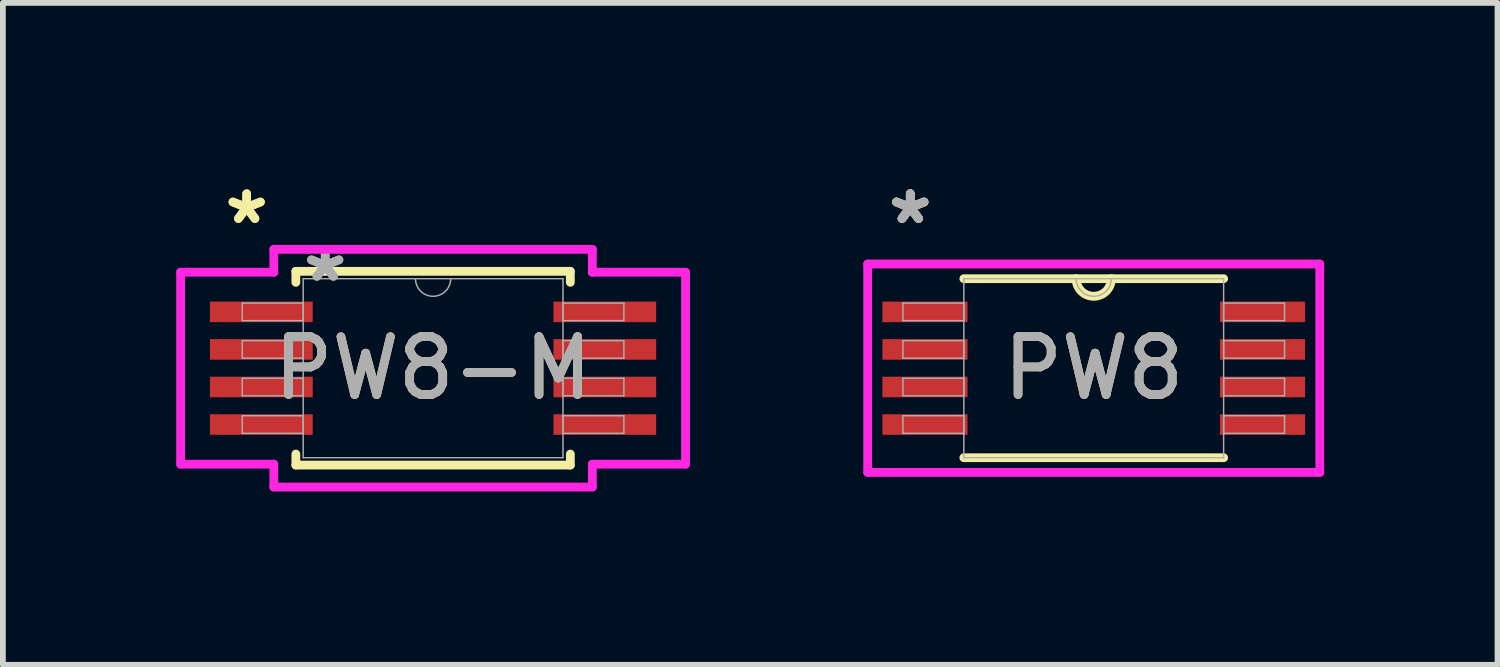
<source format=kicad_pcb>
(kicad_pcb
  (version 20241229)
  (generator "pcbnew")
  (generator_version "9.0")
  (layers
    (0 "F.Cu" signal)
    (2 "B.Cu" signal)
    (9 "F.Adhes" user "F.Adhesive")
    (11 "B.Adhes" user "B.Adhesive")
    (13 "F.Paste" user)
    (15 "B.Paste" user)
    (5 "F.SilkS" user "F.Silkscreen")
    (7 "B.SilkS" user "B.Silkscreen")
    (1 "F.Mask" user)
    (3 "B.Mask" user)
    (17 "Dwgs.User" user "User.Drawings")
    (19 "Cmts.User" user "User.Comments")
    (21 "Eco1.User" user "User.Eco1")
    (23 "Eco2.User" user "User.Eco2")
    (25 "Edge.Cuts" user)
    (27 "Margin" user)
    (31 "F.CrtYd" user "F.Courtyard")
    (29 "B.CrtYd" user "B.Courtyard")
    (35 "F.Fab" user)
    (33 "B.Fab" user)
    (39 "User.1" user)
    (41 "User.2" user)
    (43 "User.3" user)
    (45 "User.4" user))
  (footprint "PW8"
    (layer "F.Cu")
    (at 15.878 3.322)
    (property "Reference" "PW8" (at 0 0 0) (unlocked yes) (layer "F.SilkS") (effects (font (size 1 1) (thickness 0.15))))
    (attr smd)
    (fp_line (start -2.248 1.549) (end 2.248 1.549) (stroke (width 0.152) (type solid)) (layer "F.SilkS"))
    (fp_line (start 2.248 -1.549) (end -2.248 -1.549) (stroke (width 0.152) (type solid)) (layer "F.SilkS"))
    (fp_arc (start 0.3048 -1.5494) (mid 0 -1.2446) (end -0.3048 -1.5494) (stroke (width 0.1524) (type solid)) (layer "F.SilkS"))
    (fp_line (start -3.912 -1.803) (end 3.912 -1.803) (stroke (width 0.152) (type solid)) (layer "F.CrtYd"))
    (fp_line (start -3.912 1.803) (end -3.912 -1.803) (stroke (width 0.152) (type solid)) (layer "F.CrtYd"))
    (fp_line (start 3.912 -1.803) (end 3.912 1.803) (stroke (width 0.152) (type solid)) (layer "F.CrtYd"))
    (fp_line (start 3.912 1.803) (end -3.912 1.803) (stroke (width 0.152) (type solid)) (layer "F.CrtYd"))
    (fp_line (start -3.302 -1.127) (end -3.302 -0.823) (stroke (width 0.025) (type solid)) (layer "F.Fab"))
    (fp_line (start -3.302 -0.823) (end -2.248 -0.823) (stroke (width 0.025) (type solid)) (layer "F.Fab"))
    (fp_line (start -3.302 -0.477) (end -3.302 -0.173) (stroke (width 0.025) (type solid)) (layer "F.Fab"))
    (fp_line (start -3.302 -0.173) (end -2.248 -0.173) (stroke (width 0.025) (type solid)) (layer "F.Fab"))
    (fp_line (start -3.302 0.173) (end -3.302 0.477) (stroke (width 0.025) (type solid)) (layer "F.Fab"))
    (fp_line (start -3.302 0.477) (end -2.248 0.477) (stroke (width 0.025) (type solid)) (layer "F.Fab"))
    (fp_line (start -3.302 0.823) (end -3.302 1.127) (stroke (width 0.025) (type solid)) (layer "F.Fab"))
    (fp_line (start -3.302 1.127) (end -2.248 1.127) (stroke (width 0.025) (type solid)) (layer "F.Fab"))
    (fp_line (start -2.248 -1.549) (end -2.248 1.549) (stroke (width 0.025) (type solid)) (layer "F.Fab"))
    (fp_line (start -2.248 -1.127) (end -3.302 -1.127) (stroke (width 0.025) (type solid)) (layer "F.Fab"))
    (fp_line (start -2.248 -0.823) (end -2.248 -1.127) (stroke (width 0.025) (type solid)) (layer "F.Fab"))
    (fp_line (start -2.248 -0.477) (end -3.302 -0.477) (stroke (width 0.025) (type solid)) (layer "F.Fab"))
    (fp_line (start -2.248 -0.173) (end -2.248 -0.477) (stroke (width 0.025) (type solid)) (layer "F.Fab"))
    (fp_line (start -2.248 0.173) (end -3.302 0.173) (stroke (width 0.025) (type solid)) (layer "F.Fab"))
    (fp_line (start -2.248 0.477) (end -2.248 0.173) (stroke (width 0.025) (type solid)) (layer "F.Fab"))
    (fp_line (start -2.248 0.823) (end -3.302 0.823) (stroke (width 0.025) (type solid)) (layer "F.Fab"))
    (fp_line (start -2.248 1.127) (end -2.248 0.823) (stroke (width 0.025) (type solid)) (layer "F.Fab"))
    (fp_line (start -2.248 1.549) (end 2.248 1.549) (stroke (width 0.025) (type solid)) (layer "F.Fab"))
    (fp_line (start 2.248 -1.549) (end -2.248 -1.549) (stroke (width 0.025) (type solid)) (layer "F.Fab"))
    (fp_line (start 2.248 -1.127) (end 2.248 -0.823) (stroke (width 0.025) (type solid)) (layer "F.Fab"))
    (fp_line (start 2.248 -0.823) (end 3.302 -0.823) (stroke (width 0.025) (type solid)) (layer "F.Fab"))
    (fp_line (start 2.248 -0.477) (end 2.248 -0.173) (stroke (width 0.025) (type solid)) (layer "F.Fab"))
    (fp_line (start 2.248 -0.173) (end 3.302 -0.173) (stroke (width 0.025) (type solid)) (layer "F.Fab"))
    (fp_line (start 2.248 0.173) (end 2.248 0.477) (stroke (width 0.025) (type solid)) (layer "F.Fab"))
    (fp_line (start 2.248 0.477) (end 3.302 0.477) (stroke (width 0.025) (type solid)) (layer "F.Fab"))
    (fp_line (start 2.248 0.823) (end 2.248 1.127) (stroke (width 0.025) (type solid)) (layer "F.Fab"))
    (fp_line (start 2.248 1.127) (end 3.302 1.127) (stroke (width 0.025) (type solid)) (layer "F.Fab"))
    (fp_line (start 2.248 1.549) (end 2.248 -1.549) (stroke (width 0.025) (type solid)) (layer "F.Fab"))
    (fp_line (start 3.302 -1.127) (end 2.248 -1.127) (stroke (width 0.025) (type solid)) (layer "F.Fab"))
    (fp_line (start 3.302 -0.823) (end 3.302 -1.127) (stroke (width 0.025) (type solid)) (layer "F.Fab"))
    (fp_line (start 3.302 -0.477) (end 2.248 -0.477) (stroke (width 0.025) (type solid)) (layer "F.Fab"))
    (fp_line (start 3.302 -0.173) (end 3.302 -0.477) (stroke (width 0.025) (type solid)) (layer "F.Fab"))
    (fp_line (start 3.302 0.173) (end 2.248 0.173) (stroke (width 0.025) (type solid)) (layer "F.Fab"))
    (fp_line (start 3.302 0.477) (end 3.302 0.173) (stroke (width 0.025) (type solid)) (layer "F.Fab"))
    (fp_line (start 3.302 0.823) (end 2.248 0.823) (stroke (width 0.025) (type solid)) (layer "F.Fab"))
    (fp_line (start 3.302 1.127) (end 3.302 0.823) (stroke (width 0.025) (type solid)) (layer "F.Fab"))
    (fp_arc (start 0.3048 -1.5494) (mid 0 -1.2446) (end -0.3048 -1.5494) (stroke (width 0.0254) (type solid)) (layer "F.Fab"))
    (fp_text user "*" (at -3.175 -2.474 0) (layer "F.SilkS") (effects (font (size 1 1) (thickness 0.15))))
    (fp_text user "*" (at -3.175 -2.474 0) (unlocked yes) (layer "F.SilkS") (effects (font (size 1 1) (thickness 0.15))))
    (fp_text user "*" (at -3.175 -2.474 0) (layer "F.Fab") (effects (font (size 1 1) (thickness 0.15))))
    (fp_text user "${REFERENCE}" (at 0 0 0) (unlocked yes) (layer "F.Fab") (effects (font (size 1 1) (thickness 0.15))))
    (fp_text user "*" (at -3.175 -2.474 0) (unlocked yes) (layer "F.Fab") (effects (font (size 1 1) (thickness 0.15))))
    (pad "1" smd rect (at -2.921 -0.975) (size 1.473 0.356) (layers "F.Cu" "F.Mask" "F.Paste"))
    (pad "2" smd rect (at -2.921 -0.325) (size 1.473 0.356) (layers "F.Cu" "F.Mask" "F.Paste"))
    (pad "3" smd rect (at -2.921 0.325) (size 1.473 0.356) (layers "F.Cu" "F.Mask" "F.Paste"))
    (pad "4" smd rect (at -2.921 0.975) (size 1.473 0.356) (layers "F.Cu" "F.Mask" "F.Paste"))
    (pad "5" smd rect (at 2.921 0.975) (size 1.473 0.356) (layers "F.Cu" "F.Mask" "F.Paste"))
    (pad "6" smd rect (at 2.921 0.325) (size 1.473 0.356) (layers "F.Cu" "F.Mask" "F.Paste"))
    (pad "7" smd rect (at 2.921 -0.325) (size 1.473 0.356) (layers "F.Cu" "F.Mask" "F.Paste"))
    (pad "8" smd rect (at 2.921 -0.975) (size 1.473 0.356) (layers "F.Cu" "F.Mask" "F.Paste")))
  (footprint "PW8-M"
    (layer "F.Cu")
    (at 4.445 3.322)
    (property "Reference" "PW8-M" (at 0 0 0) (unlocked yes) (layer "F.SilkS") (effects (font (size 1 1) (thickness 0.15))))
    (attr smd)
    (fp_line (start -2.375 -1.676) (end -2.375 -1.486) (stroke (width 0.152) (type solid)) (layer "F.SilkS"))
    (fp_line (start -2.375 1.486) (end -2.375 1.676) (stroke (width 0.152) (type solid)) (layer "F.SilkS"))
    (fp_line (start -2.375 1.676) (end 2.375 1.676) (stroke (width 0.152) (type solid)) (layer "F.SilkS"))
    (fp_line (start 2.375 -1.676) (end -2.375 -1.676) (stroke (width 0.152) (type solid)) (layer "F.SilkS"))
    (fp_line (start 2.375 -1.486) (end 2.375 -1.676) (stroke (width 0.152) (type solid)) (layer "F.SilkS"))
    (fp_line (start 2.375 1.676) (end 2.375 1.486) (stroke (width 0.152) (type solid)) (layer "F.SilkS"))
    (fp_line (start -4.369 -1.661) (end -2.756 -1.661) (stroke (width 0.152) (type solid)) (layer "F.CrtYd"))
    (fp_line (start -4.369 1.661) (end -4.369 -1.661) (stroke (width 0.152) (type solid)) (layer "F.CrtYd"))
    (fp_line (start -4.369 1.661) (end -2.756 1.661) (stroke (width 0.152) (type solid)) (layer "F.CrtYd"))
    (fp_line (start -2.756 -2.057) (end 2.756 -2.057) (stroke (width 0.152) (type solid)) (layer "F.CrtYd"))
    (fp_line (start -2.756 -1.661) (end -2.756 -2.057) (stroke (width 0.152) (type solid)) (layer "F.CrtYd"))
    (fp_line (start -2.756 2.057) (end -2.756 1.661) (stroke (width 0.152) (type solid)) (layer "F.CrtYd"))
    (fp_line (start 2.756 -2.057) (end 2.756 -1.661) (stroke (width 0.152) (type solid)) (layer "F.CrtYd"))
    (fp_line (start 2.756 1.661) (end 2.756 2.057) (stroke (width 0.152) (type solid)) (layer "F.CrtYd"))
    (fp_line (start 2.756 2.057) (end -2.756 2.057) (stroke (width 0.152) (type solid)) (layer "F.CrtYd"))
    (fp_line (start 4.369 -1.661) (end 2.756 -1.661) (stroke (width 0.152) (type solid)) (layer "F.CrtYd"))
    (fp_line (start 4.369 -1.661) (end 4.369 1.661) (stroke (width 0.152) (type solid)) (layer "F.CrtYd"))
    (fp_line (start 4.369 1.661) (end 2.756 1.661) (stroke (width 0.152) (type solid)) (layer "F.CrtYd"))
    (fp_line (start -3.302 -1.127) (end -3.302 -0.823) (stroke (width 0.025) (type solid)) (layer "F.Fab"))
    (fp_line (start -3.302 -0.823) (end -2.248 -0.823) (stroke (width 0.025) (type solid)) (layer "F.Fab"))
    (fp_line (start -3.302 -0.477) (end -3.302 -0.173) (stroke (width 0.025) (type solid)) (layer "F.Fab"))
    (fp_line (start -3.302 -0.173) (end -2.248 -0.173) (stroke (width 0.025) (type solid)) (layer "F.Fab"))
    (fp_line (start -3.302 0.173) (end -3.302 0.477) (stroke (width 0.025) (type solid)) (layer "F.Fab"))
    (fp_line (start -3.302 0.477) (end -2.248 0.477) (stroke (width 0.025) (type solid)) (layer "F.Fab"))
    (fp_line (start -3.302 0.823) (end -3.302 1.127) (stroke (width 0.025) (type solid)) (layer "F.Fab"))
    (fp_line (start -3.302 1.127) (end -2.248 1.127) (stroke (width 0.025) (type solid)) (layer "F.Fab"))
    (fp_line (start -2.248 -1.549) (end -2.248 1.549) (stroke (width 0.025) (type solid)) (layer "F.Fab"))
    (fp_line (start -2.248 -1.127) (end -3.302 -1.127) (stroke (width 0.025) (type solid)) (layer "F.Fab"))
    (fp_line (start -2.248 -0.823) (end -2.248 -1.127) (stroke (width 0.025) (type solid)) (layer "F.Fab"))
    (fp_line (start -2.248 -0.477) (end -3.302 -0.477) (stroke (width 0.025) (type solid)) (layer "F.Fab"))
    (fp_line (start -2.248 -0.173) (end -2.248 -0.477) (stroke (width 0.025) (type solid)) (layer "F.Fab"))
    (fp_line (start -2.248 0.173) (end -3.302 0.173) (stroke (width 0.025) (type solid)) (layer "F.Fab"))
    (fp_line (start -2.248 0.477) (end -2.248 0.173) (stroke (width 0.025) (type solid)) (layer "F.Fab"))
    (fp_line (start -2.248 0.823) (end -3.302 0.823) (stroke (width 0.025) (type solid)) (layer "F.Fab"))
    (fp_line (start -2.248 1.127) (end -2.248 0.823) (stroke (width 0.025) (type solid)) (layer "F.Fab"))
    (fp_line (start -2.248 1.549) (end 2.248 1.549) (stroke (width 0.025) (type solid)) (layer "F.Fab"))
    (fp_line (start 2.248 -1.549) (end -2.248 -1.549) (stroke (width 0.025) (type solid)) (layer "F.Fab"))
    (fp_line (start 2.248 -1.127) (end 2.248 -0.823) (stroke (width 0.025) (type solid)) (layer "F.Fab"))
    (fp_line (start 2.248 -0.823) (end 3.302 -0.823) (stroke (width 0.025) (type solid)) (layer "F.Fab"))
    (fp_line (start 2.248 -0.477) (end 2.248 -0.173) (stroke (width 0.025) (type solid)) (layer "F.Fab"))
    (fp_line (start 2.248 -0.173) (end 3.302 -0.173) (stroke (width 0.025) (type solid)) (layer "F.Fab"))
    (fp_line (start 2.248 0.173) (end 2.248 0.477) (stroke (width 0.025) (type solid)) (layer "F.Fab"))
    (fp_line (start 2.248 0.477) (end 3.302 0.477) (stroke (width 0.025) (type solid)) (layer "F.Fab"))
    (fp_line (start 2.248 0.823) (end 2.248 1.127) (stroke (width 0.025) (type solid)) (layer "F.Fab"))
    (fp_line (start 2.248 1.127) (end 3.302 1.127) (stroke (width 0.025) (type solid)) (layer "F.Fab"))
    (fp_line (start 2.248 1.549) (end 2.248 -1.549) (stroke (width 0.025) (type solid)) (layer "F.Fab"))
    (fp_line (start 3.302 -1.127) (end 2.248 -1.127) (stroke (width 0.025) (type solid)) (layer "F.Fab"))
    (fp_line (start 3.302 -0.823) (end 3.302 -1.127) (stroke (width 0.025) (type solid)) (layer "F.Fab"))
    (fp_line (start 3.302 -0.477) (end 2.248 -0.477) (stroke (width 0.025) (type solid)) (layer "F.Fab"))
    (fp_line (start 3.302 -0.173) (end 3.302 -0.477) (stroke (width 0.025) (type solid)) (layer "F.Fab"))
    (fp_line (start 3.302 0.173) (end 2.248 0.173) (stroke (width 0.025) (type solid)) (layer "F.Fab"))
    (fp_line (start 3.302 0.477) (end 3.302 0.173) (stroke (width 0.025) (type solid)) (layer "F.Fab"))
    (fp_line (start 3.302 0.823) (end 2.248 0.823) (stroke (width 0.025) (type solid)) (layer "F.Fab"))
    (fp_line (start 3.302 1.127) (end 3.302 0.823) (stroke (width 0.025) (type solid)) (layer "F.Fab"))
    (fp_arc (start 0.3048 -1.5494) (mid 0 -1.2446) (end -0.3048 -1.5494) (stroke (width 0.0254) (type solid)) (layer "F.Fab"))
    (fp_text user "*" (at -3.226 -2.474 0) (unlocked yes) (layer "F.SilkS") (effects (font (size 1 1) (thickness 0.15))))
    (fp_text user "*" (at -3.226 -2.474 0) (layer "F.SilkS") (effects (font (size 1 1) (thickness 0.15))))
    (fp_text user "*" (at -1.867 -1.473 0) (layer "F.Fab") (effects (font (size 1 1) (thickness 0.15))))
    (fp_text user "${REFERENCE}" (at 0 0 0) (unlocked yes) (layer "F.Fab") (effects (font (size 1 1) (thickness 0.15))))
    (fp_text user "*" (at -1.867 -1.473 0) (unlocked yes) (layer "F.Fab") (effects (font (size 1 1) (thickness 0.15))))
    (pad "1" smd rect (at -2.972 -0.975) (size 1.778 0.356) (layers "F.Cu" "F.Mask" "F.Paste"))
    (pad "2" smd rect (at -2.972 -0.325) (size 1.778 0.356) (layers "F.Cu" "F.Mask" "F.Paste"))
    (pad "3" smd rect (at -2.972 0.325) (size 1.778 0.356) (layers "F.Cu" "F.Mask" "F.Paste"))
    (pad "4" smd rect (at -2.972 0.975) (size 1.778 0.356) (layers "F.Cu" "F.Mask" "F.Paste"))
    (pad "5" smd rect (at 2.972 0.975) (size 1.778 0.356) (layers "F.Cu" "F.Mask" "F.Paste"))
    (pad "6" smd rect (at 2.972 0.325) (size 1.778 0.356) (layers "F.Cu" "F.Mask" "F.Paste"))
    (pad "7" smd rect (at 2.972 -0.325) (size 1.778 0.356) (layers "F.Cu" "F.Mask" "F.Paste"))
    (pad "8" smd rect (at 2.972 -0.975) (size 1.778 0.356) (layers "F.Cu" "F.Mask" "F.Paste")))
  (gr_rect
    (start -3 -3)
    (end 22.866 8.455)
    (stroke (width 0.1) (type default))
    (fill no)
    (layer "Edge.Cuts")))
</source>
